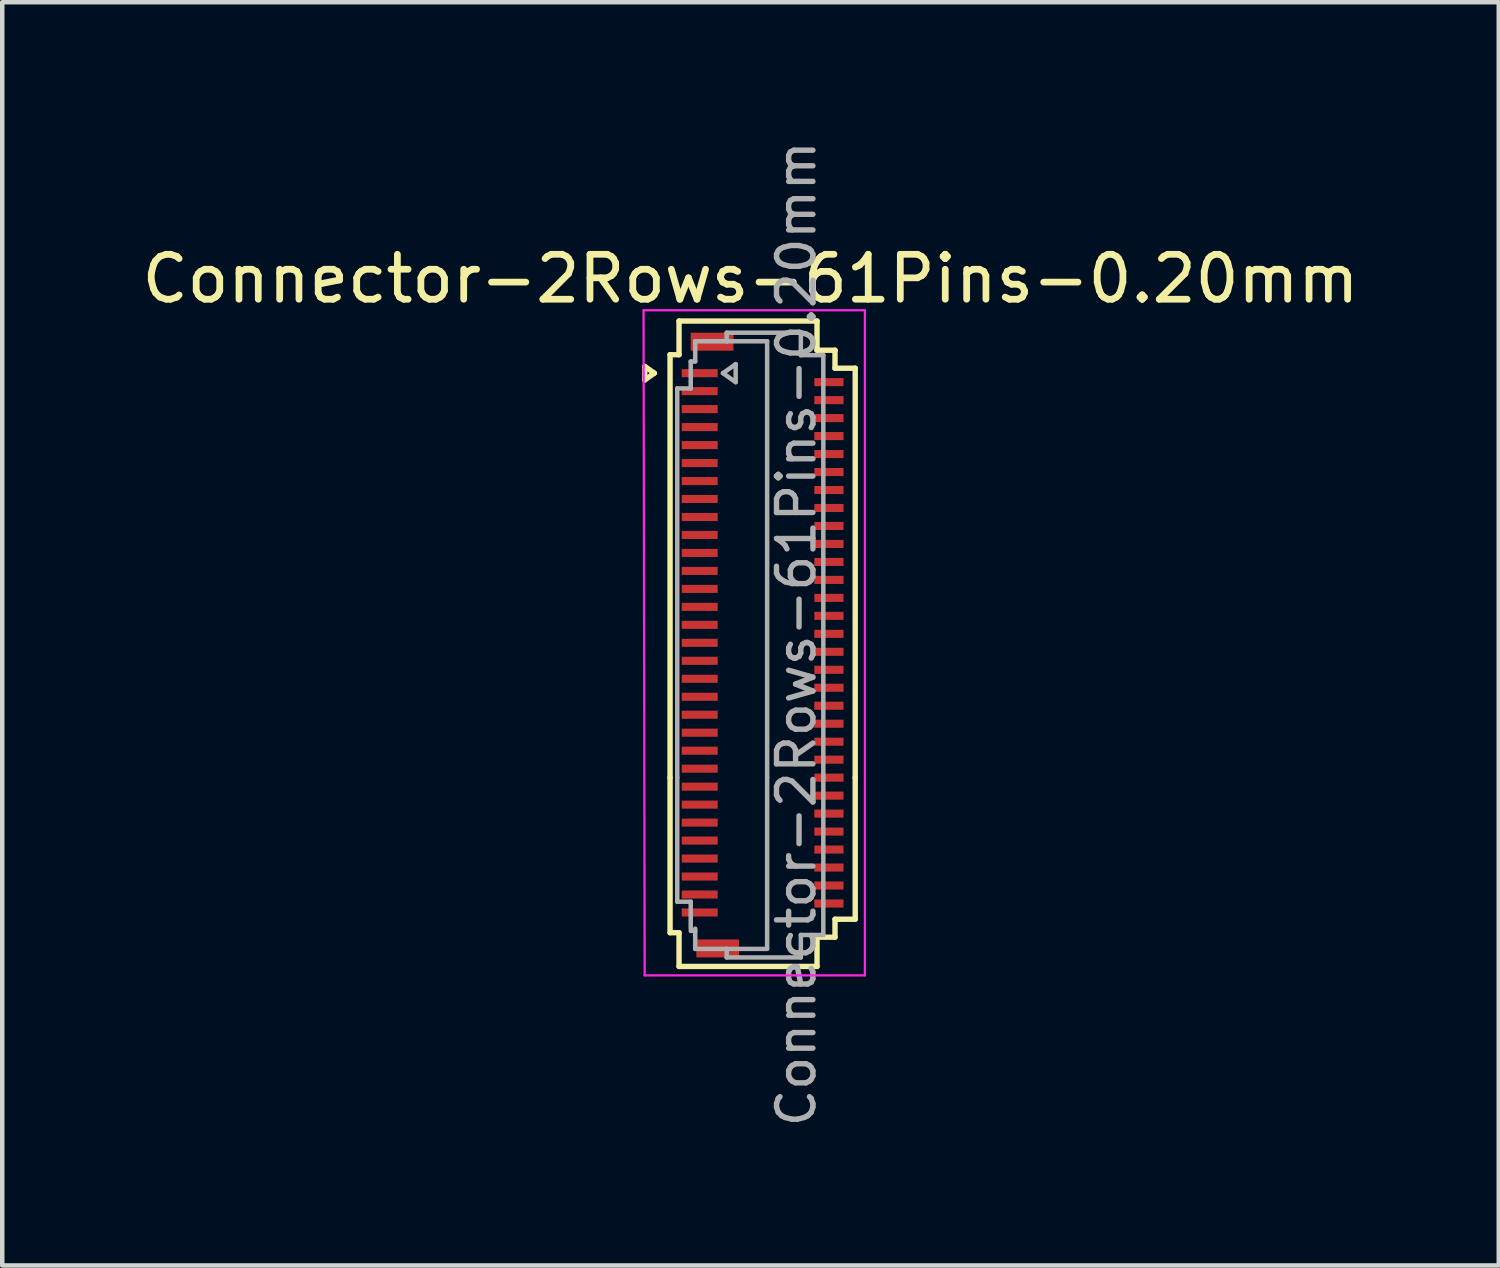
<source format=kicad_pcb>
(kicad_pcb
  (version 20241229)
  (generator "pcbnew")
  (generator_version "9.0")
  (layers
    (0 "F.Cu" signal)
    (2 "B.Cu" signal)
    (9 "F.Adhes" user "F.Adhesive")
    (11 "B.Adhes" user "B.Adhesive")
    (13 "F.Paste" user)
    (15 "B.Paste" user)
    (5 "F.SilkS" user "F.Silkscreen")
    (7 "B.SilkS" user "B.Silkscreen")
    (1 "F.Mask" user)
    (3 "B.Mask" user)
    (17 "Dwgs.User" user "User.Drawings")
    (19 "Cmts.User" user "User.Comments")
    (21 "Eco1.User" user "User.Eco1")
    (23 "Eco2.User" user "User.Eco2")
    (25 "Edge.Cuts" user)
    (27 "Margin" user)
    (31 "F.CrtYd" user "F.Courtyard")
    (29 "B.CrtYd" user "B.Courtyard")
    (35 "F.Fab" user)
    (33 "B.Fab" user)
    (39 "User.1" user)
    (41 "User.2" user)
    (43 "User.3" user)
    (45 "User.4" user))
  (footprint "Connector-2Rows-61Pins-0.20mm"
    (layer "F.Cu")
    (at 13.994 11.253)
    (property "Reference" "Connector-2Rows-61Pins-0.20mm" (at -0.345 -8.1 0) (layer "F.SilkS") (effects (font (size 1 1) (thickness 0.15))))
    (attr smd)
    (fp_line (start -2.697 -6.15) (end -2.485 -6) (stroke (width 0.12) (type solid)) (layer "F.SilkS"))
    (fp_line (start -2.697 -5.85) (end -2.697 -6.15) (stroke (width 0.12) (type solid)) (layer "F.SilkS"))
    (fp_line (start -2.485 -6) (end -2.697 -5.85) (stroke (width 0.12) (type solid)) (layer "F.SilkS"))
    (fp_line (start -2.135 -6.41) (end -2.135 3) (stroke (width 0.12) (type solid)) (layer "F.SilkS"))
    (fp_line (start -2.135 6.45) (end -2.135 3) (stroke (width 0.12) (type solid)) (layer "F.SilkS"))
    (fp_line (start -1.935 -7.16) (end -1.935 -6.41) (stroke (width 0.12) (type solid)) (layer "F.SilkS"))
    (fp_line (start -1.935 -6.41) (end -2.135 -6.41) (stroke (width 0.12) (type solid)) (layer "F.SilkS"))
    (fp_line (start -1.935 6.45) (end -2.135 6.45) (stroke (width 0.12) (type solid)) (layer "F.SilkS"))
    (fp_line (start -1.935 7.2) (end -1.935 6.45) (stroke (width 0.12) (type solid)) (layer "F.SilkS"))
    (fp_line (start 1.135 -7.16) (end -1.935 -7.16) (stroke (width 0.12) (type solid)) (layer "F.SilkS"))
    (fp_line (start 1.135 -6.51) (end 1.135 -7.16) (stroke (width 0.12) (type solid)) (layer "F.SilkS"))
    (fp_line (start 1.135 6.55) (end 1.135 7.2) (stroke (width 0.12) (type solid)) (layer "F.SilkS"))
    (fp_line (start 1.135 7.2) (end -1.935 7.2) (stroke (width 0.12) (type solid)) (layer "F.SilkS"))
    (fp_line (start 1.535 -6.51) (end 1.135 -6.51) (stroke (width 0.12) (type solid)) (layer "F.SilkS"))
    (fp_line (start 1.535 -6.11) (end 1.535 -6.51) (stroke (width 0.12) (type solid)) (layer "F.SilkS"))
    (fp_line (start 1.535 6.15) (end 1.535 6.55) (stroke (width 0.12) (type solid)) (layer "F.SilkS"))
    (fp_line (start 1.535 6.55) (end 1.135 6.55) (stroke (width 0.12) (type solid)) (layer "F.SilkS"))
    (fp_line (start 1.985 -6.11) (end 1.535 -6.11) (stroke (width 0.12) (type solid)) (layer "F.SilkS"))
    (fp_line (start 1.985 3) (end 1.985 -6.11) (stroke (width 0.12) (type solid)) (layer "F.SilkS"))
    (fp_line (start 1.985 3) (end 1.985 6.15) (stroke (width 0.12) (type solid)) (layer "F.SilkS"))
    (fp_line (start 1.985 6.15) (end 1.535 6.15) (stroke (width 0.12) (type solid)) (layer "F.SilkS"))
    (fp_line (start -2.725 -7.4) (end -2.7 7.4) (stroke (width 0.05) (type solid)) (layer "F.CrtYd"))
    (fp_line (start -2.7 7.4) (end 2.2 7.4) (stroke (width 0.05) (type solid)) (layer "F.CrtYd"))
    (fp_line (start 2.2 -7.4) (end -2.725 -7.4) (stroke (width 0.05) (type solid)) (layer "F.CrtYd"))
    (fp_line (start 2.2 7.4) (end 2.2 -7.4) (stroke (width 0.05) (type solid)) (layer "F.CrtYd"))
    (fp_line (start -1.975 -5.66) (end -1.675 -5.66) (stroke (width 0.1) (type solid)) (layer "F.Fab"))
    (fp_line (start -1.975 3) (end -1.975 -5.66) (stroke (width 0.1) (type solid)) (layer "F.Fab"))
    (fp_line (start -1.975 3) (end -1.975 5.76) (stroke (width 0.1) (type solid)) (layer "F.Fab"))
    (fp_line (start -1.975 5.76) (end -1.675 5.76) (stroke (width 0.1) (type solid)) (layer "F.Fab"))
    (fp_line (start -1.675 -6.26) (end -1.575 -6.26) (stroke (width 0.1) (type solid)) (layer "F.Fab"))
    (fp_line (start -1.675 -5.66) (end -1.675 -6.26) (stroke (width 0.1) (type solid)) (layer "F.Fab"))
    (fp_line (start -1.675 5.76) (end -1.675 6.36) (stroke (width 0.1) (type solid)) (layer "F.Fab"))
    (fp_line (start -1.675 6.41) (end -1.575 6.41) (stroke (width 0.1) (type solid)) (layer "F.Fab"))
    (fp_line (start -1.575 -6.71) (end -0.875 -6.71) (stroke (width 0.1) (type solid)) (layer "F.Fab"))
    (fp_line (start -1.575 -6.26) (end -1.575 -6.71) (stroke (width 0.1) (type solid)) (layer "F.Fab"))
    (fp_line (start -1.575 6.36) (end -1.575 6.81) (stroke (width 0.1) (type solid)) (layer "F.Fab"))
    (fp_line (start -1.575 6.81) (end -0.875 6.81) (stroke (width 0.1) (type solid)) (layer "F.Fab"))
    (fp_line (start -0.958 -6) (end -0.675 -5.8) (stroke (width 0.1) (type solid)) (layer "F.Fab"))
    (fp_line (start -0.875 -6.9) (end 0.775 -6.9) (stroke (width 0.1) (type solid)) (layer "F.Fab"))
    (fp_line (start -0.875 -6.71) (end -0.875 -6.9) (stroke (width 0.1) (type solid)) (layer "F.Fab"))
    (fp_line (start -0.875 6.81) (end -0.875 7) (stroke (width 0.1) (type solid)) (layer "F.Fab"))
    (fp_line (start -0.875 7) (end 0.775 7) (stroke (width 0.1) (type solid)) (layer "F.Fab"))
    (fp_line (start -0.675 -6.2) (end -0.958 -6) (stroke (width 0.1) (type solid)) (layer "F.Fab"))
    (fp_line (start -0.675 -5.8) (end -0.675 -6.2) (stroke (width 0.1) (type solid)) (layer "F.Fab"))
    (fp_line (start 0.025 -6.71) (end -0.875 -6.71) (stroke (width 0.1) (type solid)) (layer "F.Fab"))
    (fp_line (start 0.025 3) (end 0.025 -6.71) (stroke (width 0.1) (type solid)) (layer "F.Fab"))
    (fp_line (start 0.025 3) (end 0.025 6.8) (stroke (width 0.1) (type solid)) (layer "F.Fab"))
    (fp_line (start 0.025 6.81) (end -0.875 6.81) (stroke (width 0.1) (type solid)) (layer "F.Fab"))
    (fp_line (start 0.775 -6.9) (end 0.775 -6.4) (stroke (width 0.1) (type solid)) (layer "F.Fab"))
    (fp_line (start 0.775 -6.4) (end 1.275 -6.4) (stroke (width 0.1) (type solid)) (layer "F.Fab"))
    (fp_line (start 0.775 6.5) (end 1.275 6.5) (stroke (width 0.1) (type solid)) (layer "F.Fab"))
    (fp_line (start 0.775 7) (end 0.775 6.5) (stroke (width 0.1) (type solid)) (layer "F.Fab"))
    (fp_line (start 1.275 -6.4) (end 1.275 3) (stroke (width 0.1) (type solid)) (layer "F.Fab"))
    (fp_line (start 1.275 6.5) (end 1.275 3) (stroke (width 0.1) (type solid)) (layer "F.Fab"))
    (fp_text user "${REFERENCE}" (at 0.675 -0.2 90) (layer "F.Fab") (effects (font (size 0.81 0.81) (thickness 0.12))))
    (pad "" smd rect (at -1.2 -6.7) (size 0.95 0.4) (layers "F.Cu" "F.Mask" "F.Paste"))
    (pad "" smd rect (at -1.075 6.8) (size 0.95 0.4) (layers "F.Cu" "F.Mask" "F.Paste"))
    (pad "1" smd rect (at -1.475 -6) (size 0.8 0.18) (layers "F.Cu" "F.Mask" "F.Paste"))
    (pad "2" smd rect (at 1.4 -5.8) (size 0.65 0.18) (layers "F.Cu" "F.Mask" "F.Paste"))
    (pad "3" smd rect (at -1.475 -5.6) (size 0.8 0.18) (layers "F.Cu" "F.Mask" "F.Paste"))
    (pad "4" smd rect (at 1.4 -5.4) (size 0.65 0.18) (layers "F.Cu" "F.Mask" "F.Paste"))
    (pad "5" smd rect (at -1.475 -5.2) (size 0.8 0.18) (layers "F.Cu" "F.Mask" "F.Paste"))
    (pad "6" smd rect (at 1.4 -5) (size 0.65 0.18) (layers "F.Cu" "F.Mask" "F.Paste"))
    (pad "7" smd rect (at -1.475 -4.8) (size 0.8 0.18) (layers "F.Cu" "F.Mask" "F.Paste"))
    (pad "8" smd rect (at 1.4 -4.6) (size 0.65 0.18) (layers "F.Cu" "F.Mask" "F.Paste"))
    (pad "9" smd rect (at -1.475 -4.4) (size 0.8 0.18) (layers "F.Cu" "F.Mask" "F.Paste"))
    (pad "10" smd rect (at 1.4 -4.2) (size 0.65 0.18) (layers "F.Cu" "F.Mask" "F.Paste"))
    (pad "11" smd rect (at -1.475 -4) (size 0.8 0.18) (layers "F.Cu" "F.Mask" "F.Paste"))
    (pad "12" smd rect (at 1.4 -3.8) (size 0.65 0.18) (layers "F.Cu" "F.Mask" "F.Paste"))
    (pad "13" smd rect (at -1.475 -3.6) (size 0.8 0.18) (layers "F.Cu" "F.Mask" "F.Paste"))
    (pad "14" smd rect (at 1.4 -3.4) (size 0.65 0.18) (layers "F.Cu" "F.Mask" "F.Paste"))
    (pad "15" smd rect (at -1.475 -3.2) (size 0.8 0.18) (layers "F.Cu" "F.Mask" "F.Paste"))
    (pad "16" smd rect (at 1.4 -3) (size 0.65 0.18) (layers "F.Cu" "F.Mask" "F.Paste"))
    (pad "17" smd rect (at -1.475 -2.8) (size 0.8 0.18) (layers "F.Cu" "F.Mask" "F.Paste"))
    (pad "18" smd rect (at 1.4 -2.6) (size 0.65 0.18) (layers "F.Cu" "F.Mask" "F.Paste"))
    (pad "19" smd rect (at -1.475 -2.4) (size 0.8 0.18) (layers "F.Cu" "F.Mask" "F.Paste"))
    (pad "20" smd rect (at 1.4 -2.2) (size 0.65 0.18) (layers "F.Cu" "F.Mask" "F.Paste"))
    (pad "21" smd rect (at -1.475 -2) (size 0.8 0.18) (layers "F.Cu" "F.Mask" "F.Paste"))
    (pad "22" smd rect (at 1.4 -1.8) (size 0.65 0.18) (layers "F.Cu" "F.Mask" "F.Paste"))
    (pad "23" smd rect (at -1.475 -1.6) (size 0.8 0.18) (layers "F.Cu" "F.Mask" "F.Paste"))
    (pad "24" smd rect (at 1.4 -1.4) (size 0.65 0.18) (layers "F.Cu" "F.Mask" "F.Paste"))
    (pad "25" smd rect (at -1.475 -1.2) (size 0.8 0.18) (layers "F.Cu" "F.Mask" "F.Paste"))
    (pad "26" smd rect (at 1.4 -1) (size 0.65 0.18) (layers "F.Cu" "F.Mask" "F.Paste"))
    (pad "27" smd rect (at -1.475 -0.8) (size 0.8 0.18) (layers "F.Cu" "F.Mask" "F.Paste"))
    (pad "28" smd rect (at 1.4 -0.6) (size 0.65 0.18) (layers "F.Cu" "F.Mask" "F.Paste"))
    (pad "29" smd rect (at -1.475 -0.4) (size 0.8 0.18) (layers "F.Cu" "F.Mask" "F.Paste"))
    (pad "30" smd rect (at 1.4 -0.2) (size 0.65 0.18) (layers "F.Cu" "F.Mask" "F.Paste"))
    (pad "31" smd rect (at -1.475 0) (size 0.8 0.18) (layers "F.Cu" "F.Mask" "F.Paste"))
    (pad "32" smd rect (at 1.4 0.2) (size 0.65 0.18) (layers "F.Cu" "F.Mask" "F.Paste"))
    (pad "33" smd rect (at -1.475 0.4) (size 0.8 0.18) (layers "F.Cu" "F.Mask" "F.Paste"))
    (pad "34" smd rect (at 1.4 0.6) (size 0.65 0.18) (layers "F.Cu" "F.Mask" "F.Paste"))
    (pad "35" smd rect (at -1.475 0.8) (size 0.8 0.18) (layers "F.Cu" "F.Mask" "F.Paste"))
    (pad "36" smd rect (at 1.4 1) (size 0.65 0.18) (layers "F.Cu" "F.Mask" "F.Paste"))
    (pad "37" smd rect (at -1.475 1.2) (size 0.8 0.18) (layers "F.Cu" "F.Mask" "F.Paste"))
    (pad "38" smd rect (at 1.4 1.4) (size 0.65 0.18) (layers "F.Cu" "F.Mask" "F.Paste"))
    (pad "39" smd rect (at -1.475 1.6) (size 0.8 0.18) (layers "F.Cu" "F.Mask" "F.Paste"))
    (pad "40" smd rect (at 1.4 1.8) (size 0.65 0.18) (layers "F.Cu" "F.Mask" "F.Paste"))
    (pad "41" smd rect (at -1.475 2) (size 0.8 0.18) (layers "F.Cu" "F.Mask" "F.Paste"))
    (pad "42" smd rect (at 1.4 2.2) (size 0.65 0.18) (layers "F.Cu" "F.Mask" "F.Paste"))
    (pad "43" smd rect (at -1.475 2.4) (size 0.8 0.18) (layers "F.Cu" "F.Mask" "F.Paste"))
    (pad "44" smd rect (at 1.4 2.6) (size 0.65 0.18) (layers "F.Cu" "F.Mask" "F.Paste"))
    (pad "45" smd rect (at -1.475 2.8) (size 0.8 0.18) (layers "F.Cu" "F.Mask" "F.Paste"))
    (pad "46" smd rect (at 1.4 3) (size 0.65 0.18) (layers "F.Cu" "F.Mask" "F.Paste"))
    (pad "47" smd rect (at -1.475 3.2) (size 0.8 0.18) (layers "F.Cu" "F.Mask" "F.Paste"))
    (pad "48" smd rect (at 1.4 3.4) (size 0.65 0.18) (layers "F.Cu" "F.Mask" "F.Paste"))
    (pad "49" smd rect (at -1.475 3.6) (size 0.8 0.18) (layers "F.Cu" "F.Mask" "F.Paste"))
    (pad "50" smd rect (at 1.4 3.8) (size 0.65 0.18) (layers "F.Cu" "F.Mask" "F.Paste"))
    (pad "51" smd rect (at -1.475 4) (size 0.8 0.18) (layers "F.Cu" "F.Mask" "F.Paste"))
    (pad "52" smd rect (at 1.4 4.2) (size 0.65 0.18) (layers "F.Cu" "F.Mask" "F.Paste"))
    (pad "53" smd rect (at -1.475 4.4) (size 0.8 0.18) (layers "F.Cu" "F.Mask" "F.Paste"))
    (pad "54" smd rect (at 1.4 4.6) (size 0.65 0.18) (layers "F.Cu" "F.Mask" "F.Paste"))
    (pad "55" smd rect (at -1.475 4.8) (size 0.8 0.18) (layers "F.Cu" "F.Mask" "F.Paste"))
    (pad "56" smd rect (at 1.4 5) (size 0.65 0.18) (layers "F.Cu" "F.Mask" "F.Paste"))
    (pad "57" smd rect (at -1.475 5.2) (size 0.8 0.18) (layers "F.Cu" "F.Mask" "F.Paste"))
    (pad "58" smd rect (at 1.4 5.4) (size 0.65 0.18) (layers "F.Cu" "F.Mask" "F.Paste"))
    (pad "59" smd rect (at -1.475 5.6) (size 0.8 0.18) (layers "F.Cu" "F.Mask" "F.Paste"))
    (pad "60" smd rect (at 1.4 5.8) (size 0.65 0.18) (layers "F.Cu" "F.Mask" "F.Paste"))
    (pad "61" smd rect (at -1.475 6) (size 0.8 0.18) (layers "F.Cu" "F.Mask" "F.Paste")))
  (gr_rect
    (start -3 -3)
    (end 30.298 25.107)
    (stroke (width 0.1) (type default))
    (fill no)
    (layer "Edge.Cuts")))
</source>
